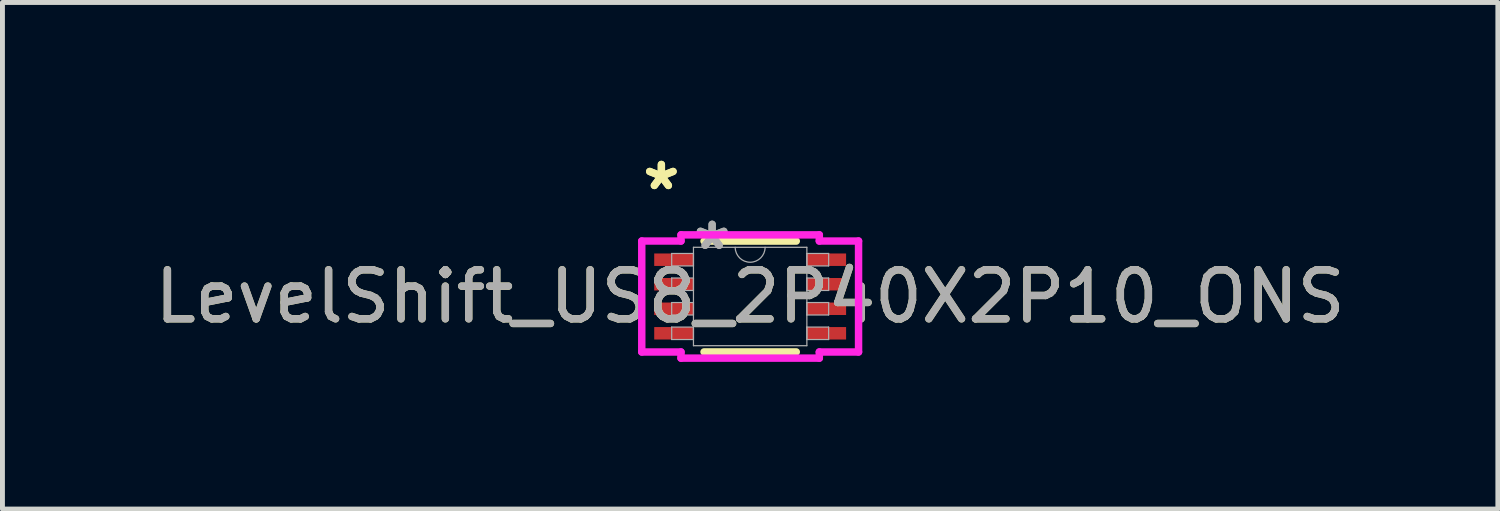
<source format=kicad_pcb>
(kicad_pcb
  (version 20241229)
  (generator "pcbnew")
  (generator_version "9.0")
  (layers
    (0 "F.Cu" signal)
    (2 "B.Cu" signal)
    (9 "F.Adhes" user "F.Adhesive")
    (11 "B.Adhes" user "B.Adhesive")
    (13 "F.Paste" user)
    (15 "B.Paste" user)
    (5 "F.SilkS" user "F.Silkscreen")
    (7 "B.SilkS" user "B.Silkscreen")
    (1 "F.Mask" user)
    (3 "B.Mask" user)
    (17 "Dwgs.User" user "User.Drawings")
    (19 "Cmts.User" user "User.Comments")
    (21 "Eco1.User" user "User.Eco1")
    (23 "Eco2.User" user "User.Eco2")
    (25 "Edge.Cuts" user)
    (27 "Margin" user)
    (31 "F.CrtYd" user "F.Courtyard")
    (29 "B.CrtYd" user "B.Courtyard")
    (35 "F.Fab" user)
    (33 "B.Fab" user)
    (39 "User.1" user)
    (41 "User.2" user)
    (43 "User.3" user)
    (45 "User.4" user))
  (footprint "LevelShift_US8_2P40X2P10_ONS"
    (layer "F.Cu")
    (at 12.244 2.995)
    (property "Reference" "LevelShift_US8_2P40X2P10_ONS" (at 0 0 0) (unlocked yes) (layer "F.SilkS") (effects (font (size 1 1) (thickness 0.15))))
    (attr smd)
    (fp_line (start -0.94 1.13) (end 0.94 1.13) (stroke (width 0.152) (type solid)) (layer "F.SilkS"))
    (fp_line (start 0.94 -1.13) (end -0.94 -1.13) (stroke (width 0.152) (type solid)) (layer "F.SilkS"))
    (fp_line (start -2.21 -1.131) (end -1.41 -1.131) (stroke (width 0.152) (type solid)) (layer "F.CrtYd"))
    (fp_line (start -2.21 1.131) (end -2.21 -1.131) (stroke (width 0.152) (type solid)) (layer "F.CrtYd"))
    (fp_line (start -2.21 1.131) (end -1.41 1.131) (stroke (width 0.152) (type solid)) (layer "F.CrtYd"))
    (fp_line (start -1.41 -1.257) (end 1.41 -1.257) (stroke (width 0.152) (type solid)) (layer "F.CrtYd"))
    (fp_line (start -1.41 -1.131) (end -1.41 -1.257) (stroke (width 0.152) (type solid)) (layer "F.CrtYd"))
    (fp_line (start -1.41 1.257) (end -1.41 1.131) (stroke (width 0.152) (type solid)) (layer "F.CrtYd"))
    (fp_line (start 1.41 -1.257) (end 1.41 -1.131) (stroke (width 0.152) (type solid)) (layer "F.CrtYd"))
    (fp_line (start 1.41 1.131) (end 1.41 1.257) (stroke (width 0.152) (type solid)) (layer "F.CrtYd"))
    (fp_line (start 1.41 1.257) (end -1.41 1.257) (stroke (width 0.152) (type solid)) (layer "F.CrtYd"))
    (fp_line (start 2.21 -1.131) (end 1.41 -1.131) (stroke (width 0.152) (type solid)) (layer "F.CrtYd"))
    (fp_line (start 2.21 -1.131) (end 2.21 1.131) (stroke (width 0.152) (type solid)) (layer "F.CrtYd"))
    (fp_line (start 2.21 1.131) (end 1.41 1.131) (stroke (width 0.152) (type solid)) (layer "F.CrtYd"))
    (fp_line (start -1.6 -0.877) (end -1.6 -0.623) (stroke (width 0.025) (type solid)) (layer "F.Fab"))
    (fp_line (start -1.6 -0.623) (end -1.156 -0.623) (stroke (width 0.025) (type solid)) (layer "F.Fab"))
    (fp_line (start -1.6 -0.377) (end -1.6 -0.123) (stroke (width 0.025) (type solid)) (layer "F.Fab"))
    (fp_line (start -1.6 -0.123) (end -1.156 -0.123) (stroke (width 0.025) (type solid)) (layer "F.Fab"))
    (fp_line (start -1.6 0.123) (end -1.6 0.377) (stroke (width 0.025) (type solid)) (layer "F.Fab"))
    (fp_line (start -1.6 0.377) (end -1.156 0.377) (stroke (width 0.025) (type solid)) (layer "F.Fab"))
    (fp_line (start -1.6 0.623) (end -1.6 0.877) (stroke (width 0.025) (type solid)) (layer "F.Fab"))
    (fp_line (start -1.6 0.877) (end -1.156 0.877) (stroke (width 0.025) (type solid)) (layer "F.Fab"))
    (fp_line (start -1.156 -1.003) (end -1.156 1.003) (stroke (width 0.025) (type solid)) (layer "F.Fab"))
    (fp_line (start -1.156 -0.877) (end -1.6 -0.877) (stroke (width 0.025) (type solid)) (layer "F.Fab"))
    (fp_line (start -1.156 -0.623) (end -1.156 -0.877) (stroke (width 0.025) (type solid)) (layer "F.Fab"))
    (fp_line (start -1.156 -0.377) (end -1.6 -0.377) (stroke (width 0.025) (type solid)) (layer "F.Fab"))
    (fp_line (start -1.156 -0.123) (end -1.156 -0.377) (stroke (width 0.025) (type solid)) (layer "F.Fab"))
    (fp_line (start -1.156 0.123) (end -1.6 0.123) (stroke (width 0.025) (type solid)) (layer "F.Fab"))
    (fp_line (start -1.156 0.377) (end -1.156 0.123) (stroke (width 0.025) (type solid)) (layer "F.Fab"))
    (fp_line (start -1.156 0.623) (end -1.6 0.623) (stroke (width 0.025) (type solid)) (layer "F.Fab"))
    (fp_line (start -1.156 0.877) (end -1.156 0.623) (stroke (width 0.025) (type solid)) (layer "F.Fab"))
    (fp_line (start -1.156 1.003) (end 1.156 1.003) (stroke (width 0.025) (type solid)) (layer "F.Fab"))
    (fp_line (start 1.156 -1.003) (end -1.156 -1.003) (stroke (width 0.025) (type solid)) (layer "F.Fab"))
    (fp_line (start 1.156 -0.877) (end 1.156 -0.623) (stroke (width 0.025) (type solid)) (layer "F.Fab"))
    (fp_line (start 1.156 -0.623) (end 1.6 -0.623) (stroke (width 0.025) (type solid)) (layer "F.Fab"))
    (fp_line (start 1.156 -0.377) (end 1.156 -0.123) (stroke (width 0.025) (type solid)) (layer "F.Fab"))
    (fp_line (start 1.156 -0.123) (end 1.6 -0.123) (stroke (width 0.025) (type solid)) (layer "F.Fab"))
    (fp_line (start 1.156 0.123) (end 1.156 0.377) (stroke (width 0.025) (type solid)) (layer "F.Fab"))
    (fp_line (start 1.156 0.377) (end 1.6 0.377) (stroke (width 0.025) (type solid)) (layer "F.Fab"))
    (fp_line (start 1.156 0.623) (end 1.156 0.877) (stroke (width 0.025) (type solid)) (layer "F.Fab"))
    (fp_line (start 1.156 0.877) (end 1.6 0.877) (stroke (width 0.025) (type solid)) (layer "F.Fab"))
    (fp_line (start 1.156 1.003) (end 1.156 -1.003) (stroke (width 0.025) (type solid)) (layer "F.Fab"))
    (fp_line (start 1.6 -0.877) (end 1.156 -0.877) (stroke (width 0.025) (type solid)) (layer "F.Fab"))
    (fp_line (start 1.6 -0.623) (end 1.6 -0.877) (stroke (width 0.025) (type solid)) (layer "F.Fab"))
    (fp_line (start 1.6 -0.377) (end 1.156 -0.377) (stroke (width 0.025) (type solid)) (layer "F.Fab"))
    (fp_line (start 1.6 -0.123) (end 1.6 -0.377) (stroke (width 0.025) (type solid)) (layer "F.Fab"))
    (fp_line (start 1.6 0.123) (end 1.156 0.123) (stroke (width 0.025) (type solid)) (layer "F.Fab"))
    (fp_line (start 1.6 0.377) (end 1.6 0.123) (stroke (width 0.025) (type solid)) (layer "F.Fab"))
    (fp_line (start 1.6 0.623) (end 1.156 0.623) (stroke (width 0.025) (type solid)) (layer "F.Fab"))
    (fp_line (start 1.6 0.877) (end 1.6 0.623) (stroke (width 0.025) (type solid)) (layer "F.Fab"))
    (fp_arc (start 0.3048 -1.0033) (mid 0 -0.6985) (end -0.3048 -1.0033) (stroke (width 0.0254) (type solid)) (layer "F.Fab"))
    (fp_text user "*" (at -1.81 -2.147 0) (layer "F.SilkS") (effects (font (size 1 1) (thickness 0.15))))
    (fp_text user "*" (at -1.81 -2.147 0) (unlocked yes) (layer "F.SilkS") (effects (font (size 1 1) (thickness 0.15))))
    (fp_text user "${REFERENCE}" (at 0 0 0) (unlocked yes) (layer "F.Fab") (effects (font (size 1 1) (thickness 0.15))))
    (fp_text user "*" (at -0.775 -0.927 0) (layer "F.Fab") (effects (font (size 1 1) (thickness 0.15))))
    (fp_text user "*" (at -0.775 -0.927 0) (unlocked yes) (layer "F.Fab") (effects (font (size 1 1) (thickness 0.15))))
    (pad "1" smd rect (at -1.556 -0.75) (size 0.8 0.254) (layers "F.Cu" "F.Mask" "F.Paste"))
    (pad "2" smd rect (at -1.556 -0.25) (size 0.8 0.254) (layers "F.Cu" "F.Mask" "F.Paste"))
    (pad "3" smd rect (at -1.556 0.25) (size 0.8 0.254) (layers "F.Cu" "F.Mask" "F.Paste"))
    (pad "4" smd rect (at -1.556 0.75) (size 0.8 0.254) (layers "F.Cu" "F.Mask" "F.Paste"))
    (pad "5" smd rect (at 1.556 0.75) (size 0.8 0.254) (layers "F.Cu" "F.Mask" "F.Paste"))
    (pad "6" smd rect (at 1.556 0.25) (size 0.8 0.254) (layers "F.Cu" "F.Mask" "F.Paste"))
    (pad "7" smd rect (at 1.556 -0.25) (size 0.8 0.254) (layers "F.Cu" "F.Mask" "F.Paste"))
    (pad "8" smd rect (at 1.556 -0.75) (size 0.8 0.254) (layers "F.Cu" "F.Mask" "F.Paste")))
  (gr_rect
    (start -3 -3)
    (end 27.488 7.329)
    (stroke (width 0.1) (type default))
    (fill no)
    (layer "Edge.Cuts")))
</source>
